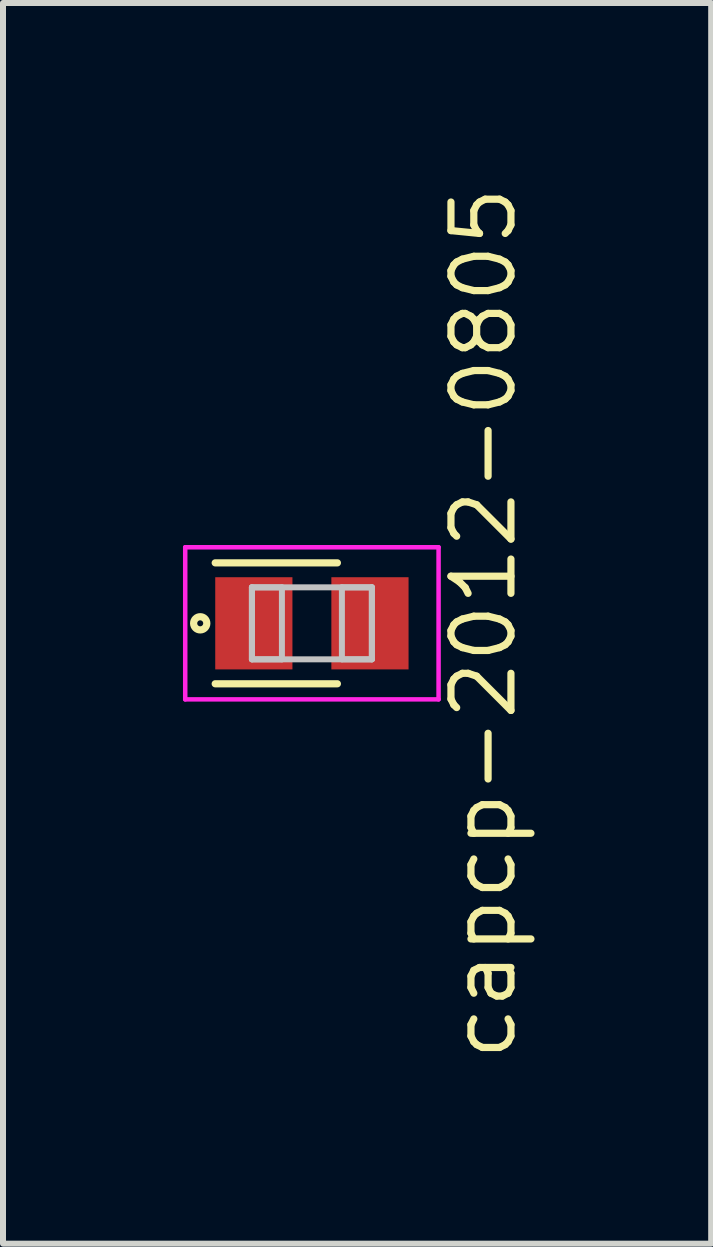
<source format=kicad_pcb>
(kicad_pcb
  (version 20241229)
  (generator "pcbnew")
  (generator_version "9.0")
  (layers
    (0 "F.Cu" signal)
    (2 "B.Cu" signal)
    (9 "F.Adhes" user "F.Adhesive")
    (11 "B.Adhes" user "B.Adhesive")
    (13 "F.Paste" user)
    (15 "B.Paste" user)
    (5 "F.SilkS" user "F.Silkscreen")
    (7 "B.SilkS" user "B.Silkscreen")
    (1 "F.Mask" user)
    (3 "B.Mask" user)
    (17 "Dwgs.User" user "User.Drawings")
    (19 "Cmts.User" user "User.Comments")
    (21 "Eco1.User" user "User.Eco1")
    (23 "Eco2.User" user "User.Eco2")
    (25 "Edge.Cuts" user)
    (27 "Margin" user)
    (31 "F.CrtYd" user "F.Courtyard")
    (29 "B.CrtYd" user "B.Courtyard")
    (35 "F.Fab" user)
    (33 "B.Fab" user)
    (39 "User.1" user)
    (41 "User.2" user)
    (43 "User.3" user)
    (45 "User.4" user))
  (footprint "capcp-2012-0805"
    (layer "F.Cu")
    (at 2.15 7.342)
    (property "Reference" "capcp-2012-0805" (at 2.862 0 90) (layer "F.SilkS") (effects (font (size 1 1) (thickness 0.12))))
    (attr through_hole)
    (fp_line (start -1.612 -1.008) (end 0.425 -1.008) (stroke (width 0.12) (type solid)) (layer "F.SilkS"))
    (fp_line (start -1.612 1.008) (end 0.425 1.008) (stroke (width 0.12) (type solid)) (layer "F.SilkS"))
    (fp_circle (center -1.862 0) (end -1.812 0) (stroke (width 0.12) (type solid)) (fill no) (layer "F.SilkS"))
    (fp_line (start -1 -0.6) (end -1 0.6) (stroke (width 0.1) (type solid)) (layer "Dwgs.User"))
    (fp_line (start -1 -0.6) (end -1 0.6) (stroke (width 0.1) (type solid)) (layer "Dwgs.User"))
    (fp_line (start -1 0.6) (end -0.5 0.6) (stroke (width 0.1) (type solid)) (layer "Dwgs.User"))
    (fp_line (start -1 0.6) (end 1 0.6) (stroke (width 0.1) (type solid)) (layer "Dwgs.User"))
    (fp_line (start -0.5 -0.6) (end -1 -0.6) (stroke (width 0.1) (type solid)) (layer "Dwgs.User"))
    (fp_line (start -0.5 0.6) (end -0.5 -0.6) (stroke (width 0.1) (type solid)) (layer "Dwgs.User"))
    (fp_line (start 0.5 -0.6) (end 0.5 0.6) (stroke (width 0.1) (type solid)) (layer "Dwgs.User"))
    (fp_line (start 0.5 0.6) (end 1 0.6) (stroke (width 0.1) (type solid)) (layer "Dwgs.User"))
    (fp_line (start 1 -0.6) (end -1 -0.6) (stroke (width 0.1) (type solid)) (layer "Dwgs.User"))
    (fp_line (start 1 -0.6) (end 0.5 -0.6) (stroke (width 0.1) (type solid)) (layer "Dwgs.User"))
    (fp_line (start 1 0.6) (end 1 -0.6) (stroke (width 0.1) (type solid)) (layer "Dwgs.User"))
    (fp_line (start 1 0.6) (end 1 -0.6) (stroke (width 0.1) (type solid)) (layer "Dwgs.User"))
    (fp_line (start -2.112 -1.268) (end -2.112 1.268) (stroke (width 0.075) (type solid)) (layer "F.CrtYd"))
    (fp_line (start -2.112 1.268) (end 2.112 1.268) (stroke (width 0.075) (type solid)) (layer "F.CrtYd"))
    (fp_line (start 2.112 -1.268) (end -2.112 -1.268) (stroke (width 0.075) (type solid)) (layer "F.CrtYd"))
    (fp_line (start 2.112 1.268) (end 2.112 -1.268) (stroke (width 0.075) (type solid)) (layer "F.CrtYd"))
    (pad "1" smd rect (at -0.968 0) (size 1.287 1.537) (layers "F.Cu" "F.Mask" "F.Paste"))
    (pad "2" smd rect (at 0.968 0) (size 1.287 1.537) (layers "F.Cu" "F.Mask" "F.Paste")))
  (gr_rect
    (start -3 -3)
    (end 8.807 17.684)
    (stroke (width 0.1) (type default))
    (fill no)
    (layer "Edge.Cuts")))
</source>
